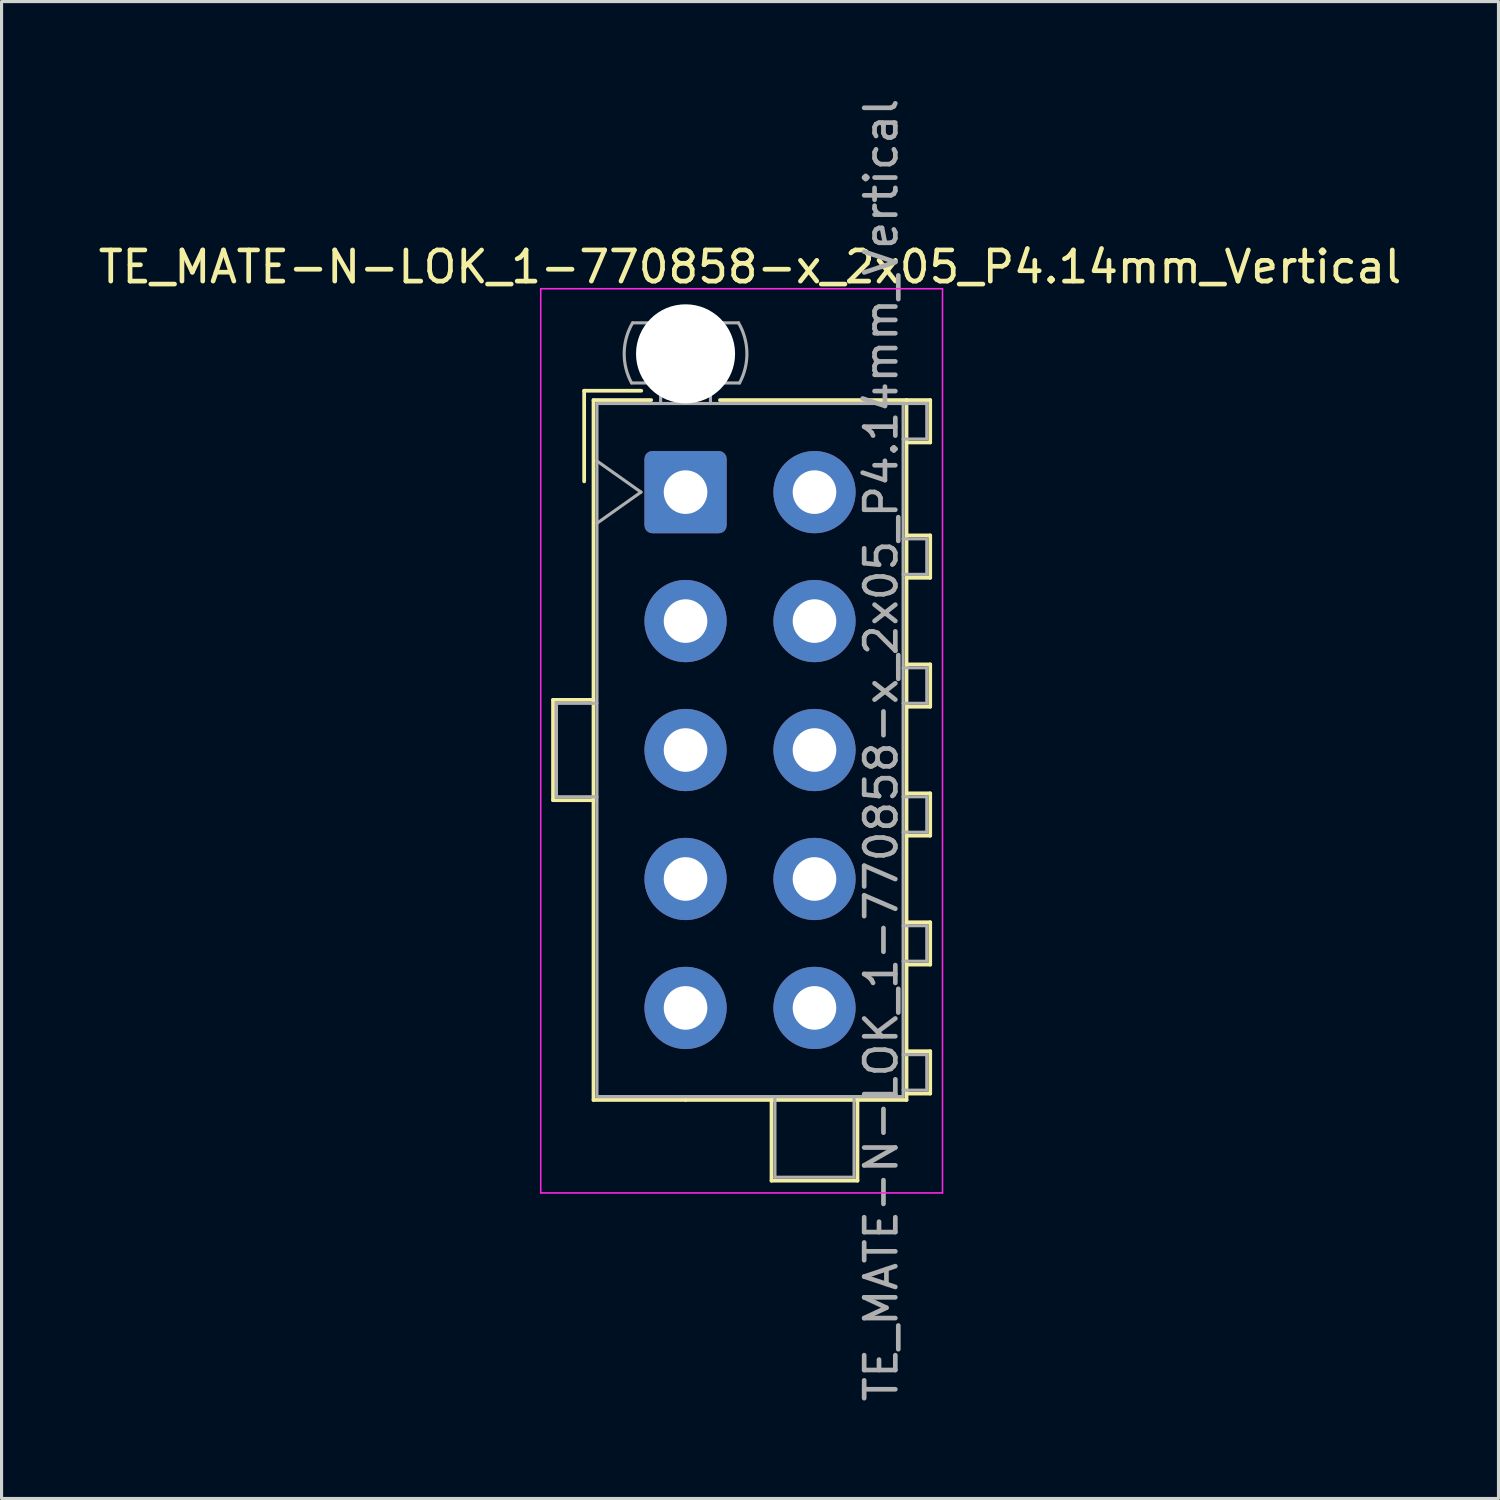
<source format=kicad_pcb>
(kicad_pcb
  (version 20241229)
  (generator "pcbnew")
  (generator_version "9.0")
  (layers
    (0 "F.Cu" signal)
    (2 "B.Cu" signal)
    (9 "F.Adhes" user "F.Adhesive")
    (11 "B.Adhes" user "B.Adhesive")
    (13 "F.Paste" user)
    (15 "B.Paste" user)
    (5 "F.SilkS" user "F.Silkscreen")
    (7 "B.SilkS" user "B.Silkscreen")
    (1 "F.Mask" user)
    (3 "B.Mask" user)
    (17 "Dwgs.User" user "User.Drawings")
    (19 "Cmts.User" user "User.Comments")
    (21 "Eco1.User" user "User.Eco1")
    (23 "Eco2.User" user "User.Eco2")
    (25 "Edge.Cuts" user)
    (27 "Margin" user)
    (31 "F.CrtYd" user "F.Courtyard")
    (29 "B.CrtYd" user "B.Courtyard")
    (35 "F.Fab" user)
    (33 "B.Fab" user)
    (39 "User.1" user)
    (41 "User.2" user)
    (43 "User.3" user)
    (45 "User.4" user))
  (footprint "TE_MATE-N-LOK_1-770858-x_2x05_P4.14mm_Vertical"
    (layer "F.Cu")
    (at 18.96 12.75)
    (property "Reference" "TE_MATE-N-LOK_1-770858-x_2x05_P4.14mm_Vertical" (at 2.07 -7.23 0) (layer "F.SilkS") (effects (font (size 1 1) (thickness 0.15))))
    (attr through_hole)
    (fp_line (start -4.255 6.67) (end -4.255 9.89) (stroke (width 0.12) (type solid)) (layer "F.SilkS"))
    (fp_line (start -4.255 9.89) (end -2.955 9.89) (stroke (width 0.12) (type solid)) (layer "F.SilkS"))
    (fp_line (start -3.255 -3.255) (end -3.255 -0.345) (stroke (width 0.12) (type solid)) (layer "F.SilkS"))
    (fp_line (start -2.955 -2.955) (end -2.955 19.515) (stroke (width 0.12) (type solid)) (layer "F.SilkS"))
    (fp_line (start -2.955 6.67) (end -4.255 6.67) (stroke (width 0.12) (type solid)) (layer "F.SilkS"))
    (fp_line (start -2.955 19.515) (end 0 19.515) (stroke (width 0.12) (type solid)) (layer "F.SilkS"))
    (fp_line (start -1.421 -3.255) (end -3.255 -3.255) (stroke (width 0.12) (type solid)) (layer "F.SilkS"))
    (fp_line (start -1.103 -2.955) (end -2.955 -2.955) (stroke (width 0.12) (type solid)) (layer "F.SilkS"))
    (fp_line (start 1.103 -2.955) (end 7.095 -2.955) (stroke (width 0.12) (type solid)) (layer "F.SilkS"))
    (fp_line (start 2.76 19.515) (end 2.76 22.106) (stroke (width 0.12) (type solid)) (layer "F.SilkS"))
    (fp_line (start 2.76 22.106) (end 5.52 22.106) (stroke (width 0.12) (type solid)) (layer "F.SilkS"))
    (fp_line (start 5.52 22.106) (end 5.52 19.515) (stroke (width 0.12) (type solid)) (layer "F.SilkS"))
    (fp_line (start 7.095 -2.955) (end 7.095 19.515) (stroke (width 0.12) (type solid)) (layer "F.SilkS"))
    (fp_line (start 7.095 -2.955) (end 7.855 -2.955) (stroke (width 0.12) (type solid)) (layer "F.SilkS"))
    (fp_line (start 7.095 1.39) (end 7.855 1.39) (stroke (width 0.12) (type solid)) (layer "F.SilkS"))
    (fp_line (start 7.095 5.53) (end 7.855 5.53) (stroke (width 0.12) (type solid)) (layer "F.SilkS"))
    (fp_line (start 7.095 9.67) (end 7.855 9.67) (stroke (width 0.12) (type solid)) (layer "F.SilkS"))
    (fp_line (start 7.095 13.81) (end 7.855 13.81) (stroke (width 0.12) (type solid)) (layer "F.SilkS"))
    (fp_line (start 7.095 17.95) (end 7.855 17.95) (stroke (width 0.12) (type solid)) (layer "F.SilkS"))
    (fp_line (start 7.095 19.515) (end 0 19.515) (stroke (width 0.12) (type solid)) (layer "F.SilkS"))
    (fp_line (start 7.855 -2.955) (end 7.855 -1.595) (stroke (width 0.12) (type solid)) (layer "F.SilkS"))
    (fp_line (start 7.855 -1.595) (end 7.095 -1.595) (stroke (width 0.12) (type solid)) (layer "F.SilkS"))
    (fp_line (start 7.855 1.39) (end 7.855 2.75) (stroke (width 0.12) (type solid)) (layer "F.SilkS"))
    (fp_line (start 7.855 2.75) (end 7.095 2.75) (stroke (width 0.12) (type solid)) (layer "F.SilkS"))
    (fp_line (start 7.855 5.53) (end 7.855 6.89) (stroke (width 0.12) (type solid)) (layer "F.SilkS"))
    (fp_line (start 7.855 6.89) (end 7.095 6.89) (stroke (width 0.12) (type solid)) (layer "F.SilkS"))
    (fp_line (start 7.855 9.67) (end 7.855 11.03) (stroke (width 0.12) (type solid)) (layer "F.SilkS"))
    (fp_line (start 7.855 11.03) (end 7.095 11.03) (stroke (width 0.12) (type solid)) (layer "F.SilkS"))
    (fp_line (start 7.855 13.81) (end 7.855 15.17) (stroke (width 0.12) (type solid)) (layer "F.SilkS"))
    (fp_line (start 7.855 15.17) (end 7.095 15.17) (stroke (width 0.12) (type solid)) (layer "F.SilkS"))
    (fp_line (start 7.855 17.95) (end 7.855 19.31) (stroke (width 0.12) (type solid)) (layer "F.SilkS"))
    (fp_line (start 7.855 19.31) (end 7.095 19.31) (stroke (width 0.12) (type solid)) (layer "F.SilkS"))
    (fp_line (start -4.65 -6.53) (end -4.65 22.5) (stroke (width 0.05) (type solid)) (layer "F.CrtYd"))
    (fp_line (start -4.65 22.5) (end 8.25 22.5) (stroke (width 0.05) (type solid)) (layer "F.CrtYd"))
    (fp_line (start 8.25 -6.53) (end -4.65 -6.53) (stroke (width 0.05) (type solid)) (layer "F.CrtYd"))
    (fp_line (start 8.25 22.5) (end 8.25 -6.53) (stroke (width 0.05) (type solid)) (layer "F.CrtYd"))
    (fp_line (start -4.145 6.78) (end -4.145 9.78) (stroke (width 0.1) (type solid)) (layer "F.Fab"))
    (fp_line (start -4.145 9.78) (end -2.845 9.78) (stroke (width 0.1) (type solid)) (layer "F.Fab"))
    (fp_line (start -2.845 -2.845) (end -2.845 19.405) (stroke (width 0.1) (type solid)) (layer "F.Fab"))
    (fp_line (start -2.845 -1) (end -1.431 0) (stroke (width 0.1) (type solid)) (layer "F.Fab"))
    (fp_line (start -2.845 6.78) (end -4.145 6.78) (stroke (width 0.1) (type solid)) (layer "F.Fab"))
    (fp_line (start -2.845 19.405) (end 6.985 19.405) (stroke (width 0.1) (type solid)) (layer "F.Fab"))
    (fp_line (start -1.431 0) (end -2.845 1) (stroke (width 0.1) (type solid)) (layer "F.Fab"))
    (fp_line (start -0.8 -2.845) (end -0.8 -3.505) (stroke (width 0.1) (type solid)) (layer "F.Fab"))
    (fp_line (start 0.8 -2.845) (end 0.8 -3.505) (stroke (width 0.1) (type solid)) (layer "F.Fab"))
    (fp_line (start 1.7 -5.436) (end -1.7 -5.436) (stroke (width 0.1) (type solid)) (layer "F.Fab"))
    (fp_line (start 1.734 -3.505) (end -1.734 -3.505) (stroke (width 0.1) (type solid)) (layer "F.Fab"))
    (fp_line (start 2.87 19.405) (end 2.87 21.996) (stroke (width 0.1) (type solid)) (layer "F.Fab"))
    (fp_line (start 2.87 21.996) (end 5.41 21.996) (stroke (width 0.1) (type solid)) (layer "F.Fab"))
    (fp_line (start 5.41 21.996) (end 5.41 19.405) (stroke (width 0.1) (type solid)) (layer "F.Fab"))
    (fp_line (start 6.985 -2.845) (end -2.845 -2.845) (stroke (width 0.1) (type solid)) (layer "F.Fab"))
    (fp_line (start 6.985 -2.845) (end 7.745 -2.845) (stroke (width 0.1) (type solid)) (layer "F.Fab"))
    (fp_line (start 6.985 1.5) (end 7.745 1.5) (stroke (width 0.1) (type solid)) (layer "F.Fab"))
    (fp_line (start 6.985 5.64) (end 7.745 5.64) (stroke (width 0.1) (type solid)) (layer "F.Fab"))
    (fp_line (start 6.985 9.78) (end 7.745 9.78) (stroke (width 0.1) (type solid)) (layer "F.Fab"))
    (fp_line (start 6.985 13.92) (end 7.745 13.92) (stroke (width 0.1) (type solid)) (layer "F.Fab"))
    (fp_line (start 6.985 18.06) (end 7.745 18.06) (stroke (width 0.1) (type solid)) (layer "F.Fab"))
    (fp_line (start 6.985 19.405) (end 6.985 -2.845) (stroke (width 0.1) (type solid)) (layer "F.Fab"))
    (fp_line (start 7.745 -2.845) (end 7.745 -1.705) (stroke (width 0.1) (type solid)) (layer "F.Fab"))
    (fp_line (start 7.745 -1.705) (end 6.985 -1.705) (stroke (width 0.1) (type solid)) (layer "F.Fab"))
    (fp_line (start 7.745 1.5) (end 7.745 2.64) (stroke (width 0.1) (type solid)) (layer "F.Fab"))
    (fp_line (start 7.745 2.64) (end 6.985 2.64) (stroke (width 0.1) (type solid)) (layer "F.Fab"))
    (fp_line (start 7.745 5.64) (end 7.745 6.78) (stroke (width 0.1) (type solid)) (layer "F.Fab"))
    (fp_line (start 7.745 6.78) (end 6.985 6.78) (stroke (width 0.1) (type solid)) (layer "F.Fab"))
    (fp_line (start 7.745 9.78) (end 7.745 10.92) (stroke (width 0.1) (type solid)) (layer "F.Fab"))
    (fp_line (start 7.745 10.92) (end 6.985 10.92) (stroke (width 0.1) (type solid)) (layer "F.Fab"))
    (fp_line (start 7.745 13.92) (end 7.745 15.06) (stroke (width 0.1) (type solid)) (layer "F.Fab"))
    (fp_line (start 7.745 15.06) (end 6.985 15.06) (stroke (width 0.1) (type solid)) (layer "F.Fab"))
    (fp_line (start 7.745 18.06) (end 7.745 19.2) (stroke (width 0.1) (type solid)) (layer "F.Fab"))
    (fp_line (start 7.745 19.2) (end 6.985 19.2) (stroke (width 0.1) (type solid)) (layer "F.Fab"))
    (fp_arc (start -1.733977 -3.505) (mid -1.969689 -4.474992) (end -1.699672 -5.436) (stroke (width 0.1) (type solid)) (layer "F.Fab"))
    (fp_arc (start 1.699672 -5.436) (mid 1.969689 -4.474992) (end 1.733977 -3.505) (stroke (width 0.1) (type solid)) (layer "F.Fab"))
    (fp_text user "${REFERENCE}" (at 6.28 8.28 90) (layer "F.Fab") (effects (font (size 1 1) (thickness 0.15))))
    (pad "" np_thru_hole circle (at 0 -4.44) (size 3.18 3.18) (drill 3.18) (layers "*.Cu" "*.Mask"))
    (pad "1" thru_hole roundrect (at 0 0) (size 2.64 2.64) (drill 1.4) (layers "*.Cu" "*.Mask") (roundrect_rratio 0.095))
    (pad "2" thru_hole circle (at 0 4.14) (size 2.64 2.64) (drill 1.4) (layers "*.Cu" "*.Mask"))
    (pad "3" thru_hole circle (at 0 8.28) (size 2.64 2.64) (drill 1.4) (layers "*.Cu" "*.Mask"))
    (pad "4" thru_hole circle (at 0 12.42) (size 2.64 2.64) (drill 1.4) (layers "*.Cu" "*.Mask"))
    (pad "5" thru_hole circle (at 0 16.56) (size 2.64 2.64) (drill 1.4) (layers "*.Cu" "*.Mask"))
    (pad "6" thru_hole circle (at 4.14 0) (size 2.64 2.64) (drill 1.4) (layers "*.Cu" "*.Mask"))
    (pad "7" thru_hole circle (at 4.14 4.14) (size 2.64 2.64) (drill 1.4) (layers "*.Cu" "*.Mask"))
    (pad "8" thru_hole circle (at 4.14 8.28) (size 2.64 2.64) (drill 1.4) (layers "*.Cu" "*.Mask"))
    (pad "9" thru_hole circle (at 4.14 12.42) (size 2.64 2.64) (drill 1.4) (layers "*.Cu" "*.Mask"))
    (pad "10" thru_hole circle (at 4.14 16.56) (size 2.64 2.64) (drill 1.4) (layers "*.Cu" "*.Mask")))
  (gr_rect
    (start -3 -3)
    (end 45.06 45.06)
    (stroke (width 0.1) (type default))
    (fill no)
    (layer "Edge.Cuts")))
</source>
